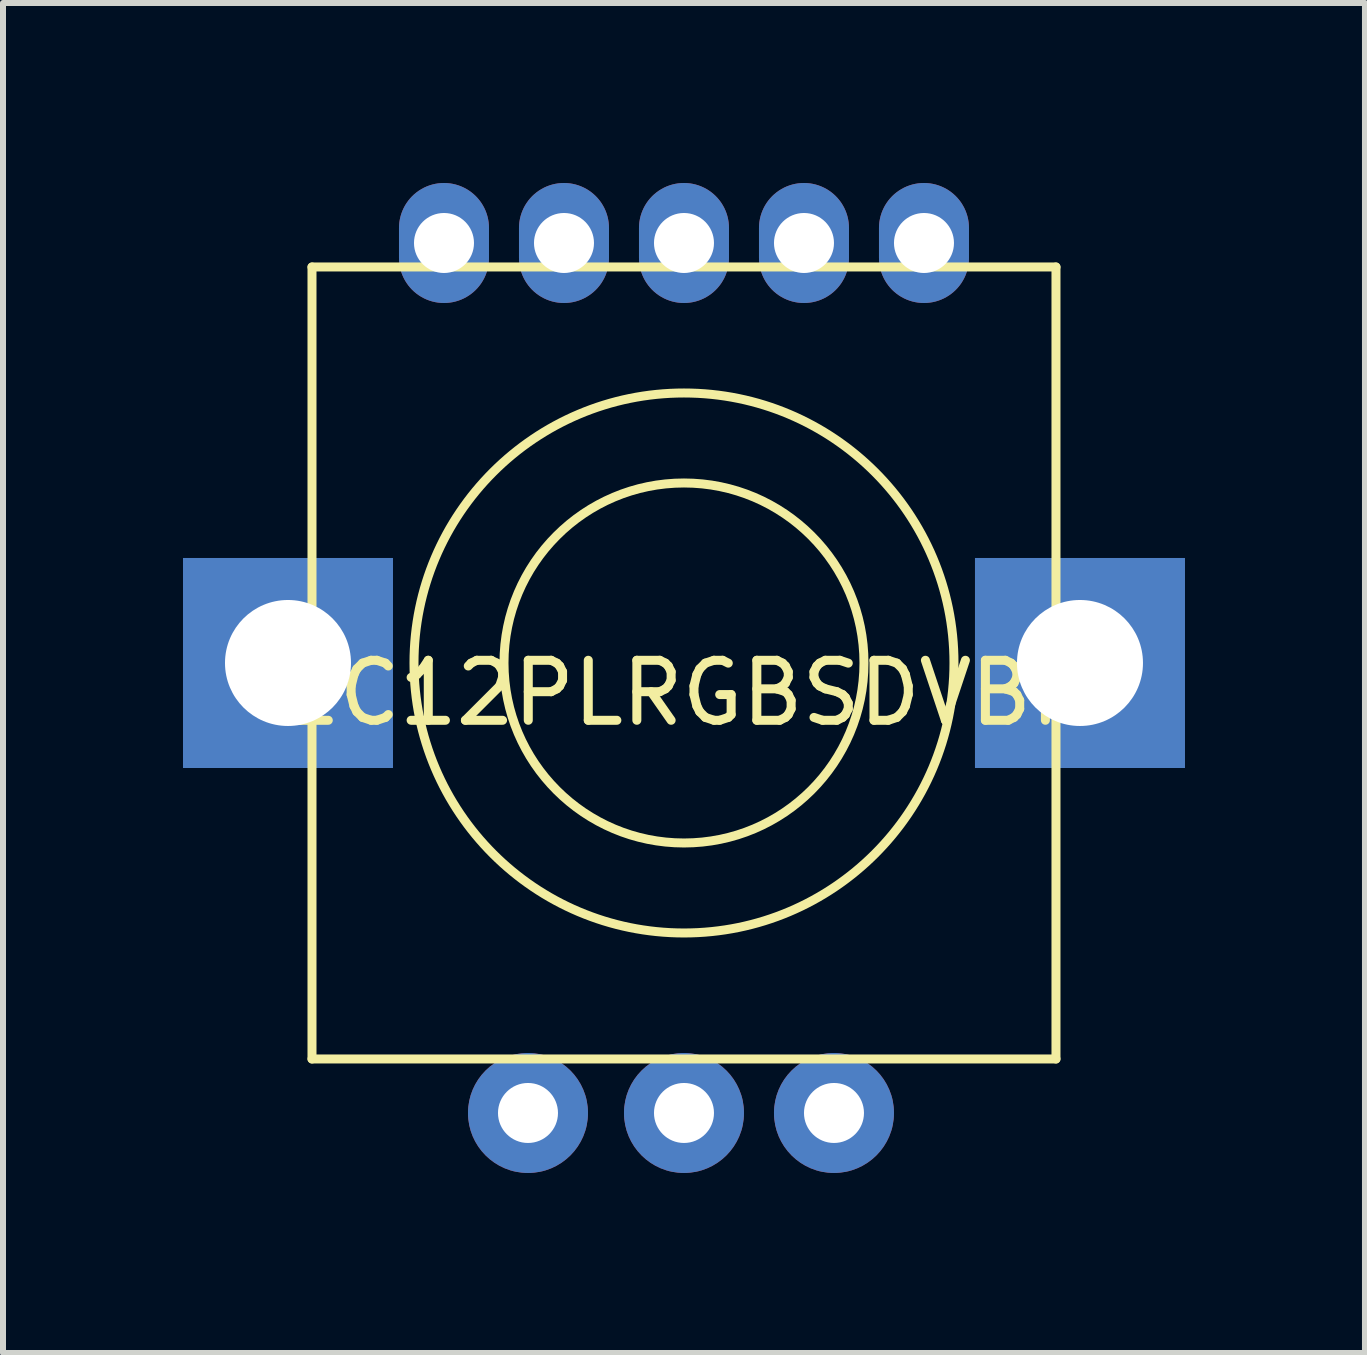
<source format=kicad_pcb>
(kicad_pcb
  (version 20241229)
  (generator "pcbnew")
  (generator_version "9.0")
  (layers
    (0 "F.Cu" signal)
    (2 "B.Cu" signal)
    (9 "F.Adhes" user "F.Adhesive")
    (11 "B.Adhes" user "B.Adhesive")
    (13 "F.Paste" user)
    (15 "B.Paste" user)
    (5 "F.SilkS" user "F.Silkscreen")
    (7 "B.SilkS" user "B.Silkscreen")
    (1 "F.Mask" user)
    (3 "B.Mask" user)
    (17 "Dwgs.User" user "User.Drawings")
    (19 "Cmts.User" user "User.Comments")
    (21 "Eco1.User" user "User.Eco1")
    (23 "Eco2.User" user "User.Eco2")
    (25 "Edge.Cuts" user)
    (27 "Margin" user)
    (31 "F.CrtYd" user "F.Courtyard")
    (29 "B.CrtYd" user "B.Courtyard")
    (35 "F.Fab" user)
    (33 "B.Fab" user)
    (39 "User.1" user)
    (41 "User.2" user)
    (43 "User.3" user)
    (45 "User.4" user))
  (footprint "EC12PLRGBSDVBF"
    (layer "F.Cu")
    (at 8.35 8)
    (property "Reference" "EC12PLRGBSDVBF" (at 0 0.5 0) (layer "F.SilkS") (effects (font (size 1 1) (thickness 0.15))))
    (attr through_hole)
    (fp_line (start -6.2 -6.6) (end 6.2 -6.6) (stroke (width 0.15) (type solid)) (layer "F.SilkS"))
    (fp_line (start -6.2 6.6) (end -6.2 -6.6) (stroke (width 0.15) (type solid)) (layer "F.SilkS"))
    (fp_line (start 6.2 -6.6) (end 6.2 6.6) (stroke (width 0.15) (type solid)) (layer "F.SilkS"))
    (fp_line (start 6.2 6.6) (end -6.2 6.6) (stroke (width 0.15) (type solid)) (layer "F.SilkS"))
    (fp_circle (center 0 0) (end 0 3) (stroke (width 0.15) (type solid)) (fill no) (layer "F.SilkS"))
    (fp_circle (center 0 0) (end 0 4.5) (stroke (width 0.15) (type solid)) (fill no) (layer "F.SilkS"))
    (pad "" thru_hole rect (at -6.6 0) (size 3.5 3.5) (drill 2.1) (layers "*.Cu" "*.Mask"))
    (pad "" thru_hole rect (at 6.6 0) (size 3.5 3.5) (drill 2.1) (layers "*.Cu" "*.Mask"))
    (pad "1" thru_hole oval (at -4 -7) (size 1.5 2) (drill 1) (layers "*.Cu" "*.Mask"))
    (pad "2" thru_hole oval (at -2 -7) (size 1.5 2) (drill 1) (layers "*.Cu" "*.Mask"))
    (pad "3" thru_hole oval (at 0 -7) (size 1.5 2) (drill 1) (layers "*.Cu" "*.Mask"))
    (pad "4" thru_hole oval (at 2 -7) (size 1.5 2) (drill 1) (layers "*.Cu" "*.Mask"))
    (pad "5" thru_hole oval (at 4 -7) (size 1.5 2) (drill 1) (layers "*.Cu" "*.Mask"))
    (pad "6" thru_hole circle (at -2.6 7.5) (size 2 2) (drill 1) (layers "*.Cu" "*.Mask"))
    (pad "7" thru_hole circle (at 0 7.5) (size 2 2) (drill 1) (layers "*.Cu" "*.Mask"))
    (pad "8" thru_hole circle (at 2.5 7.5) (size 2 2) (drill 1) (layers "*.Cu" "*.Mask")))
  (gr_rect
    (start -3 -3)
    (end 19.7 19.5)
    (stroke (width 0.1) (type default))
    (fill no)
    (layer "Edge.Cuts")))
</source>
